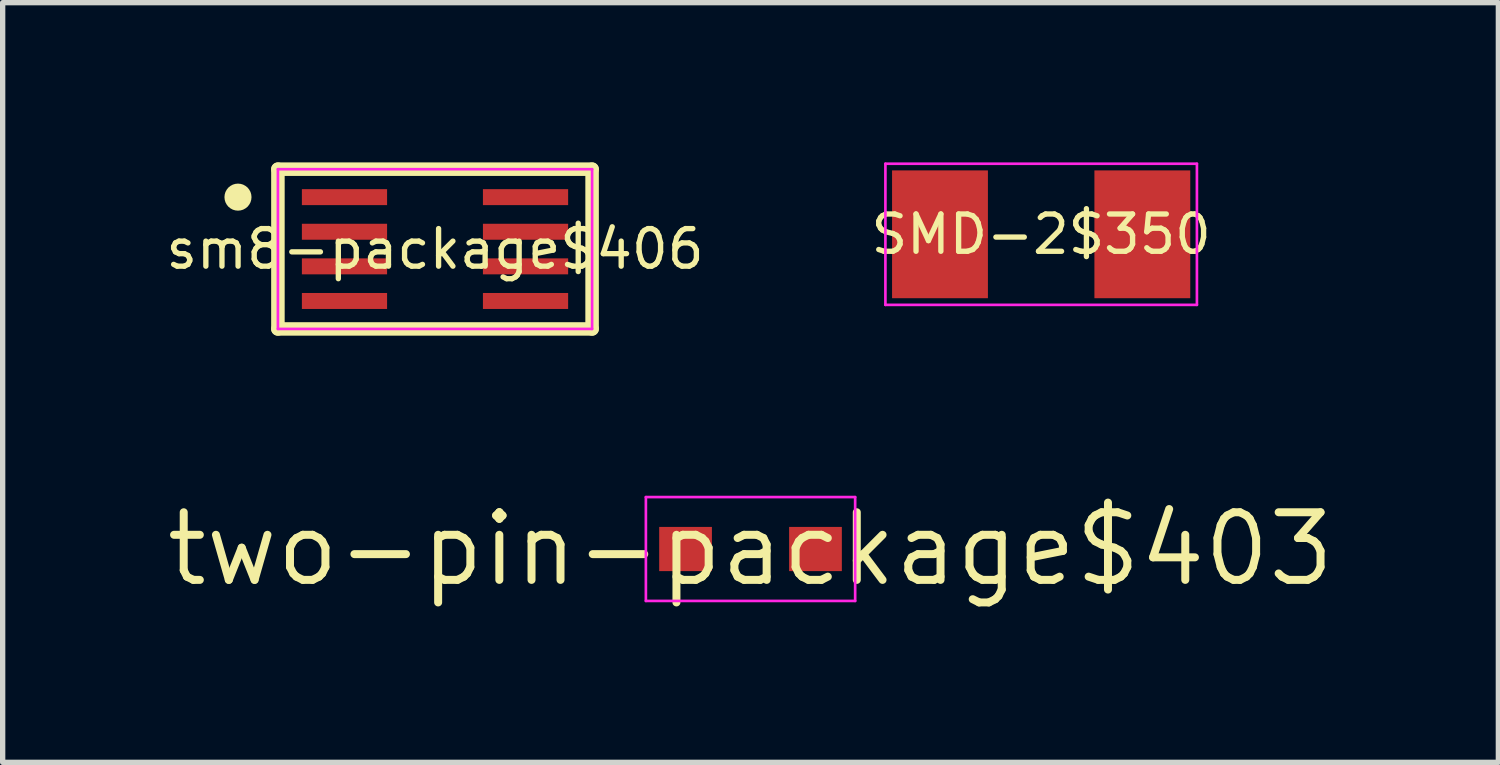
<source format=kicad_pcb>
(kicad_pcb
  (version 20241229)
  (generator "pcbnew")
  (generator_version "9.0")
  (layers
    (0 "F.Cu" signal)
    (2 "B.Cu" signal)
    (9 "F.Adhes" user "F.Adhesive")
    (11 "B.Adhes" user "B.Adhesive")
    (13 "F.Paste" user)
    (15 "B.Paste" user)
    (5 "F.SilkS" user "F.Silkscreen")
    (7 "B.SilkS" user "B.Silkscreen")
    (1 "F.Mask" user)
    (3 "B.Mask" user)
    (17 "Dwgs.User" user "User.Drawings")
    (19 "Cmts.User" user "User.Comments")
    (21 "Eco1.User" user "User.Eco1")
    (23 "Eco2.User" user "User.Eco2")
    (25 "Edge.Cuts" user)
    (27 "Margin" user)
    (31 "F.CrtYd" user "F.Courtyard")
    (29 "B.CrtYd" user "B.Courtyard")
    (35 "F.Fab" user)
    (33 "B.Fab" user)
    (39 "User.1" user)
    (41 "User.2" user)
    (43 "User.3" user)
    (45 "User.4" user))
  (footprint "two-pin-package$403"
    (layer "F.Cu")
    (at 11.044 7.26)
    (property "Reference" "two-pin-package$403" (at 0 0 0) (layer "F.SilkS") (effects (font (size 1.27 1.27) (thickness 0.15))))
    (attr through_hole)
    (fp_poly (pts (xy -1.715 0.415) (xy -0.725 0.415) (xy -0.725 -0.415) (xy -1.715 -0.415)) (stroke (width 0) (type solid)) (fill yes) (layer "F.Mask"))
    (fp_poly (pts (xy 0.725 0.415) (xy 1.715 0.415) (xy 1.715 -0.415) (xy 0.725 -0.415)) (stroke (width 0) (type solid)) (fill yes) (layer "F.Mask"))
    (fp_poly (pts (xy -1.715 0.415) (xy -0.725 0.415) (xy -0.725 -0.415) (xy -1.715 -0.415)) (stroke (width 0) (type solid)) (fill yes) (layer "F.Paste"))
    (fp_poly (pts (xy 0.725 0.415) (xy 1.715 0.415) (xy 1.715 -0.415) (xy 0.725 -0.415)) (stroke (width 0) (type solid)) (fill yes) (layer "F.Paste"))
    (fp_line (start -1.965 -0.975) (end -1.965 0.975) (stroke (width 0.05) (type solid)) (layer "F.CrtYd"))
    (fp_line (start -1.965 0.975) (end 1.965 0.975) (stroke (width 0.05) (type solid)) (layer "F.CrtYd"))
    (fp_line (start 1.965 -0.975) (end -1.965 -0.975) (stroke (width 0.05) (type solid)) (layer "F.CrtYd"))
    (fp_line (start 1.965 0.975) (end 1.965 -0.975) (stroke (width 0.05) (type solid)) (layer "F.CrtYd"))
    (pad "1" smd rect (at -1.22 0) (size 0.99 0.83) (layers "F.Cu"))
    (pad "2" smd rect (at 1.22 0) (size 0.99 0.83) (layers "F.Cu")))
  (footprint "sm8-package$406"
    (layer "F.Cu")
    (at 5.119 1.627)
    (property "Reference" "sm8-package$406" (at 0 0 0) (layer "F.SilkS") (effects (font (size 0.706 0.706) (thickness 0.1))))
    (attr through_hole)
    (fp_poly (pts (xy -2.5 -1.125) (xy -2.5 -0.825) (xy -0.9 -0.825) (xy -0.9 -1.125)) (stroke (width 0) (type solid)) (fill yes) (layer "F.Mask"))
    (fp_poly (pts (xy -2.5 -0.475) (xy -2.5 -0.175) (xy -0.9 -0.175) (xy -0.9 -0.475)) (stroke (width 0) (type solid)) (fill yes) (layer "F.Mask"))
    (fp_poly (pts (xy -2.5 0.175) (xy -2.5 0.475) (xy -0.9 0.475) (xy -0.9 0.175)) (stroke (width 0) (type solid)) (fill yes) (layer "F.Mask"))
    (fp_poly (pts (xy -2.5 0.825) (xy -2.5 1.125) (xy -0.9 1.125) (xy -0.9 0.825)) (stroke (width 0) (type solid)) (fill yes) (layer "F.Mask"))
    (fp_poly (pts (xy 2.5 -0.825) (xy 2.5 -1.125) (xy 0.9 -1.125) (xy 0.9 -0.825)) (stroke (width 0) (type solid)) (fill yes) (layer "F.Mask"))
    (fp_poly (pts (xy 2.5 -0.175) (xy 2.5 -0.475) (xy 0.9 -0.475) (xy 0.9 -0.175)) (stroke (width 0) (type solid)) (fill yes) (layer "F.Mask"))
    (fp_poly (pts (xy 2.5 0.475) (xy 2.5 0.175) (xy 0.9 0.175) (xy 0.9 0.475)) (stroke (width 0) (type solid)) (fill yes) (layer "F.Mask"))
    (fp_poly (pts (xy 2.5 1.125) (xy 2.5 0.825) (xy 0.9 0.825) (xy 0.9 1.125)) (stroke (width 0) (type solid)) (fill yes) (layer "F.Mask"))
    (fp_line (start -2.95 -1.5) (end -2.95 1.5) (stroke (width 0.254) (type solid)) (layer "F.SilkS"))
    (fp_line (start -2.95 1.5) (end 2.95 1.5) (stroke (width 0.254) (type solid)) (layer "F.SilkS"))
    (fp_line (start 2.95 -1.5) (end -2.95 -1.5) (stroke (width 0.254) (type solid)) (layer "F.SilkS"))
    (fp_line (start 2.95 1.5) (end 2.95 -1.5) (stroke (width 0.254) (type solid)) (layer "F.SilkS"))
    (fp_poly (pts (xy -3.446 -0.975) (xy -3.451 -1.025) (xy -3.465 -1.072) (xy -3.489 -1.116) (xy -3.52 -1.155) (xy -3.559 -1.186) (xy -3.603 -1.21) (xy -3.65 -1.224) (xy -3.7 -1.229) (xy -3.75 -1.224) (xy -3.797 -1.21) (xy -3.841 -1.186) (xy -3.88 -1.155) (xy -3.911 -1.116) (xy -3.935 -1.072) (xy -3.949 -1.025) (xy -3.954 -0.975) (xy -3.949 -0.925) (xy -3.935 -0.878) (xy -3.911 -0.834) (xy -3.88 -0.795) (xy -3.841 -0.764) (xy -3.797 -0.74) (xy -3.75 -0.726) (xy -3.7 -0.721) (xy -3.65 -0.726) (xy -3.603 -0.74) (xy -3.559 -0.764) (xy -3.52 -0.795) (xy -3.489 -0.834) (xy -3.465 -0.878) (xy -3.451 -0.925)) (stroke (width 0) (type solid)) (fill yes) (layer "F.SilkS"))
    (fp_poly (pts (xy -2.5 -1.125) (xy -2.5 -0.825) (xy -0.9 -0.825) (xy -0.9 -1.125)) (stroke (width 0) (type solid)) (fill yes) (layer "F.Paste"))
    (fp_poly (pts (xy -2.5 -0.475) (xy -2.5 -0.175) (xy -0.9 -0.175) (xy -0.9 -0.475)) (stroke (width 0) (type solid)) (fill yes) (layer "F.Paste"))
    (fp_poly (pts (xy -2.5 0.175) (xy -2.5 0.475) (xy -0.9 0.475) (xy -0.9 0.175)) (stroke (width 0) (type solid)) (fill yes) (layer "F.Paste"))
    (fp_poly (pts (xy -2.5 0.825) (xy -2.5 1.125) (xy -0.9 1.125) (xy -0.9 0.825)) (stroke (width 0) (type solid)) (fill yes) (layer "F.Paste"))
    (fp_poly (pts (xy 2.5 -0.825) (xy 2.5 -1.125) (xy 0.9 -1.125) (xy 0.9 -0.825)) (stroke (width 0) (type solid)) (fill yes) (layer "F.Paste"))
    (fp_poly (pts (xy 2.5 -0.175) (xy 2.5 -0.475) (xy 0.9 -0.475) (xy 0.9 -0.175)) (stroke (width 0) (type solid)) (fill yes) (layer "F.Paste"))
    (fp_poly (pts (xy 2.5 0.475) (xy 2.5 0.175) (xy 0.9 0.175) (xy 0.9 0.475)) (stroke (width 0) (type solid)) (fill yes) (layer "F.Paste"))
    (fp_poly (pts (xy 2.5 1.125) (xy 2.5 0.825) (xy 0.9 0.825) (xy 0.9 1.125)) (stroke (width 0) (type solid)) (fill yes) (layer "F.Paste"))
    (fp_line (start -2.95 -1.5) (end -2.95 1.5) (stroke (width 0.05) (type solid)) (layer "F.CrtYd"))
    (fp_line (start -2.95 1.5) (end 2.95 1.5) (stroke (width 0.05) (type solid)) (layer "F.CrtYd"))
    (fp_line (start 2.95 -1.5) (end -2.95 -1.5) (stroke (width 0.05) (type solid)) (layer "F.CrtYd"))
    (fp_line (start 2.95 1.5) (end 2.95 -1.5) (stroke (width 0.05) (type solid)) (layer "F.CrtYd"))
    (pad "1" smd rect (at -1.7 -0.975 270) (size 0.3 1.6) (layers "F.Cu"))
    (pad "2" smd rect (at -1.7 -0.325 270) (size 0.3 1.6) (layers "F.Cu"))
    (pad "3" smd rect (at -1.7 0.325 270) (size 0.3 1.6) (layers "F.Cu"))
    (pad "4" smd rect (at -1.7 0.975 270) (size 0.3 1.6) (layers "F.Cu"))
    (pad "5" smd rect (at 1.7 0.975 90) (size 0.3 1.6) (layers "F.Cu"))
    (pad "6" smd rect (at 1.7 0.325 90) (size 0.3 1.6) (layers "F.Cu"))
    (pad "7" smd rect (at 1.7 -0.325 90) (size 0.3 1.6) (layers "F.Cu"))
    (pad "8" smd rect (at 1.7 -0.975 90) (size 0.3 1.6) (layers "F.Cu")))
  (footprint "SMD-2$350"
    (layer "F.Cu")
    (at 16.502 1.35)
    (property "Reference" "SMD-2$350" (at 0 0 0) (layer "F.SilkS") (effects (font (size 0.7 0.7) (thickness 0.1))))
    (attr through_hole)
    (fp_poly (pts (xy -2.8 1.2) (xy -1 1.2) (xy -1 -1.2) (xy -2.8 -1.2)) (stroke (width 0) (type solid)) (fill yes) (layer "F.Mask"))
    (fp_poly (pts (xy 1 1.2) (xy 2.8 1.2) (xy 2.8 -1.2) (xy 1 -1.2)) (stroke (width 0) (type solid)) (fill yes) (layer "F.Mask"))
    (fp_poly (pts (xy -2.8 1.2) (xy -1 1.2) (xy -1 -1.2) (xy -2.8 -1.2)) (stroke (width 0) (type solid)) (fill yes) (layer "F.Paste"))
    (fp_poly (pts (xy 1 1.2) (xy 2.8 1.2) (xy 2.8 -1.2) (xy 1 -1.2)) (stroke (width 0) (type solid)) (fill yes) (layer "F.Paste"))
    (fp_line (start -2.925 -1.325) (end -2.925 1.325) (stroke (width 0.05) (type solid)) (layer "F.CrtYd"))
    (fp_line (start -2.925 1.325) (end 2.925 1.325) (stroke (width 0.05) (type solid)) (layer "F.CrtYd"))
    (fp_line (start 2.925 -1.325) (end -2.925 -1.325) (stroke (width 0.05) (type solid)) (layer "F.CrtYd"))
    (fp_line (start 2.925 1.325) (end 2.925 -1.325) (stroke (width 0.05) (type solid)) (layer "F.CrtYd"))
    (pad "1" smd rect (at -1.9 0) (size 1.8 2.4) (layers "F.Cu"))
    (pad "2" smd rect (at 1.9 0) (size 1.8 2.4) (layers "F.Cu")))
  (gr_rect
    (start -3 -3)
    (end 25.088 11.266)
    (stroke (width 0.1) (type default))
    (fill no)
    (layer "Edge.Cuts")))
</source>
